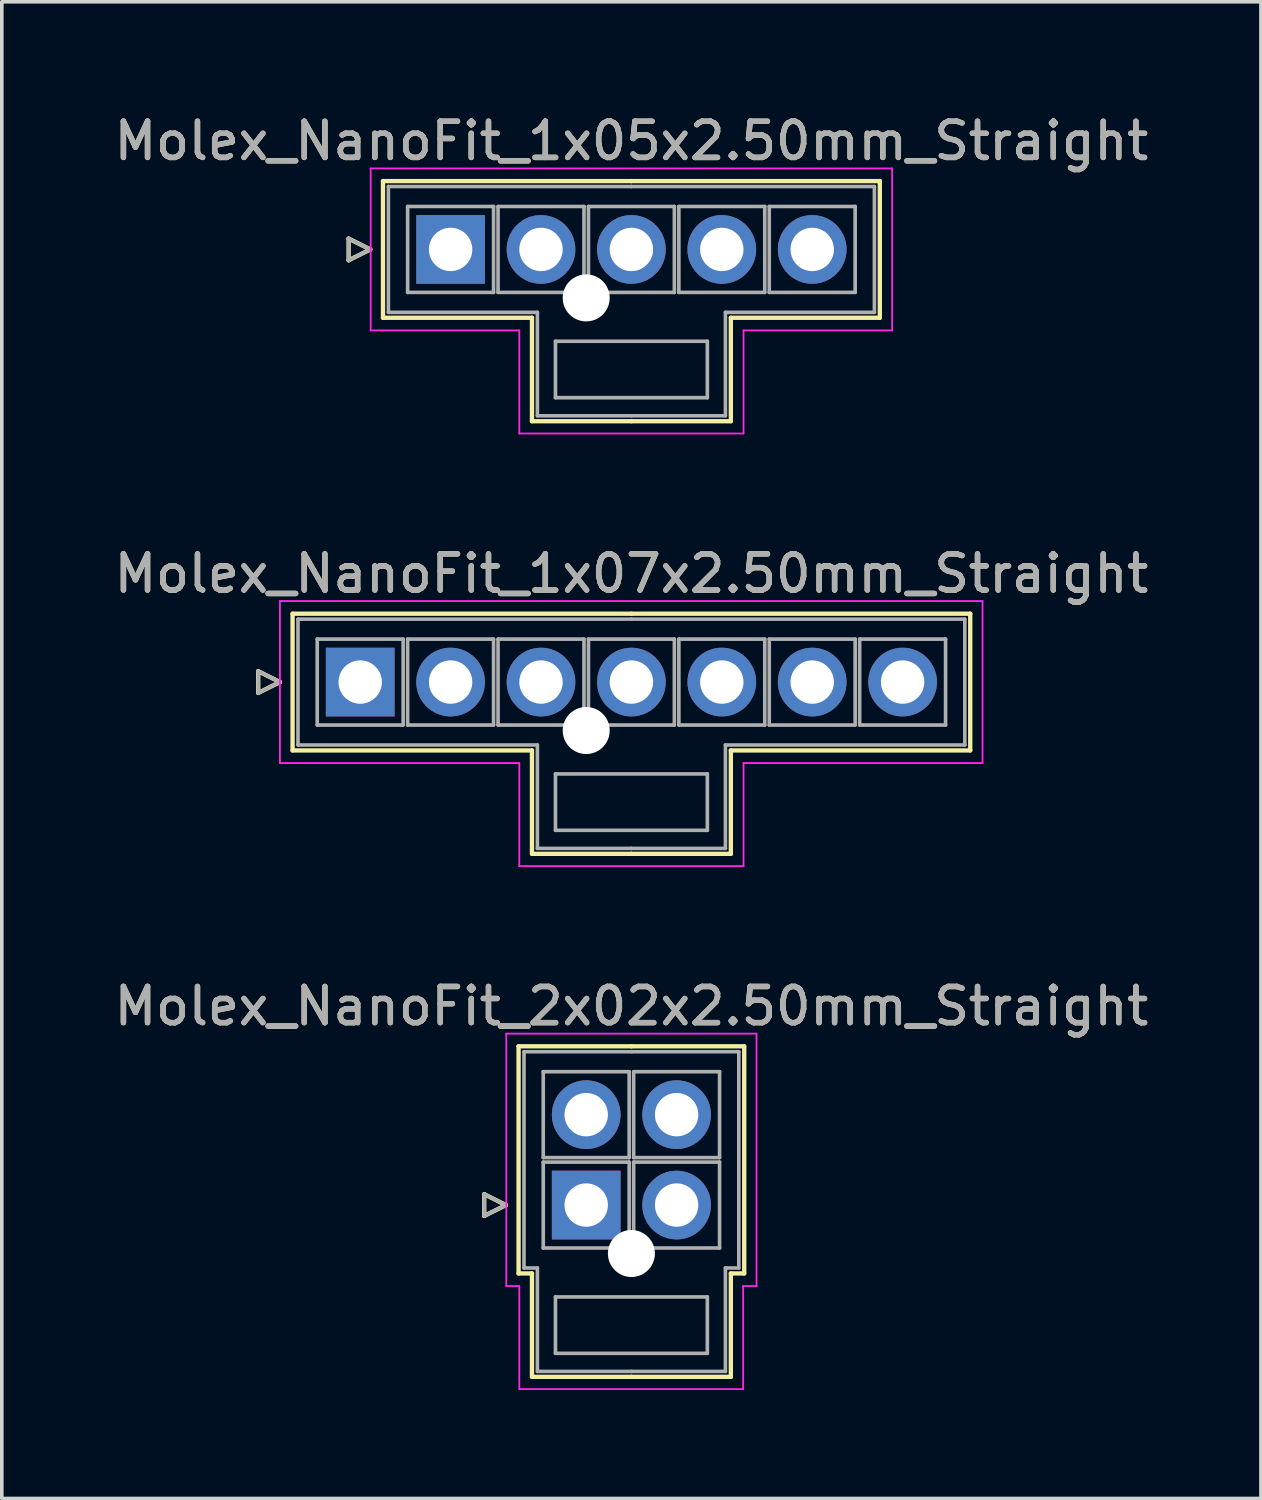
<source format=kicad_pcb>
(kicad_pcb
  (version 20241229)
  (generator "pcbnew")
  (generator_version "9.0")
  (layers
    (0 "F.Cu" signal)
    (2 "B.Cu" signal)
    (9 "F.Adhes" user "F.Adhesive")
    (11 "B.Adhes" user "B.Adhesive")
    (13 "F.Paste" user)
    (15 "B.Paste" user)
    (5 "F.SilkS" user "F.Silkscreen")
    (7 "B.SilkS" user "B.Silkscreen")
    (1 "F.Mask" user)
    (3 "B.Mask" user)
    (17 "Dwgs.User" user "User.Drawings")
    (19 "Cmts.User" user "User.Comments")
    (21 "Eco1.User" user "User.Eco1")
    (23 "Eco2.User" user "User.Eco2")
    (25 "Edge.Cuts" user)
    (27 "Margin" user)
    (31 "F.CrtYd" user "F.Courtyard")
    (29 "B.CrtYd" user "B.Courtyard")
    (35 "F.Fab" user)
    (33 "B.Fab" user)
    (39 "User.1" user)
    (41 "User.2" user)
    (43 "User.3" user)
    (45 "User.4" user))
  (footprint "Molex_NanoFit_1x05x2.50mm_Straight"
    (layer "F.Cu")
    (at 9.411 3.848)
    (property "Reference" "Molex_NanoFit_1x05x2.50mm_Straight" (at 5 -3 0) (layer "F.SilkS") (effects (font (size 1 1) (thickness 0.15))))
    (attr through_hole)
    (fp_line (start -2.82 -0.3) (end -2.22 0) (stroke (width 0.12) (type solid)) (layer "F.SilkS"))
    (fp_line (start -2.82 0.3) (end -2.82 -0.3) (stroke (width 0.12) (type solid)) (layer "F.SilkS"))
    (fp_line (start -2.22 0) (end -2.82 0.3) (stroke (width 0.12) (type solid)) (layer "F.SilkS"))
    (fp_line (start -1.87 -1.89) (end -1.87 1.89) (stroke (width 0.12) (type solid)) (layer "F.SilkS"))
    (fp_line (start -1.87 1.89) (end 2.25 1.89) (stroke (width 0.12) (type solid)) (layer "F.SilkS"))
    (fp_line (start 2.25 1.89) (end 2.25 4.75) (stroke (width 0.12) (type solid)) (layer "F.SilkS"))
    (fp_line (start 2.25 4.75) (end 5 4.75) (stroke (width 0.12) (type solid)) (layer "F.SilkS"))
    (fp_line (start 5 -1.89) (end -1.87 -1.89) (stroke (width 0.12) (type solid)) (layer "F.SilkS"))
    (fp_line (start 5 -1.89) (end 11.87 -1.89) (stroke (width 0.12) (type solid)) (layer "F.SilkS"))
    (fp_line (start 7.75 1.89) (end 7.75 4.75) (stroke (width 0.12) (type solid)) (layer "F.SilkS"))
    (fp_line (start 7.75 4.75) (end 5 4.75) (stroke (width 0.12) (type solid)) (layer "F.SilkS"))
    (fp_line (start 11.87 -1.89) (end 11.87 1.89) (stroke (width 0.12) (type solid)) (layer "F.SilkS"))
    (fp_line (start 11.87 1.89) (end 7.75 1.89) (stroke (width 0.12) (type solid)) (layer "F.SilkS"))
    (fp_line (start -2.21 -2.24) (end -2.21 2.24) (stroke (width 0.05) (type solid)) (layer "F.CrtYd"))
    (fp_line (start -2.21 2.24) (end 1.9 2.24) (stroke (width 0.05) (type solid)) (layer "F.CrtYd"))
    (fp_line (start 1.9 2.24) (end 1.9 5.09) (stroke (width 0.05) (type solid)) (layer "F.CrtYd"))
    (fp_line (start 1.9 5.09) (end 8.1 5.09) (stroke (width 0.05) (type solid)) (layer "F.CrtYd"))
    (fp_line (start 8.1 2.24) (end 12.21 2.24) (stroke (width 0.05) (type solid)) (layer "F.CrtYd"))
    (fp_line (start 8.1 5.09) (end 8.1 2.24) (stroke (width 0.05) (type solid)) (layer "F.CrtYd"))
    (fp_line (start 12.21 -2.24) (end -2.21 -2.24) (stroke (width 0.05) (type solid)) (layer "F.CrtYd"))
    (fp_line (start 12.21 2.24) (end 12.21 -2.24) (stroke (width 0.05) (type solid)) (layer "F.CrtYd"))
    (fp_line (start -2.82 -0.3) (end -2.22 0) (stroke (width 0.1) (type solid)) (layer "F.Fab"))
    (fp_line (start -2.82 0.3) (end -2.82 -0.3) (stroke (width 0.1) (type solid)) (layer "F.Fab"))
    (fp_line (start -2.22 0) (end -2.82 0.3) (stroke (width 0.1) (type solid)) (layer "F.Fab"))
    (fp_line (start -1.72 -1.74) (end -1.72 1.74) (stroke (width 0.1) (type solid)) (layer "F.Fab"))
    (fp_line (start -1.72 1.74) (end 2.4 1.74) (stroke (width 0.1) (type solid)) (layer "F.Fab"))
    (fp_line (start -1.188 -1.188) (end -1.188 1.188) (stroke (width 0.1) (type solid)) (layer "F.Fab"))
    (fp_line (start -1.188 1.188) (end 1.188 1.188) (stroke (width 0.1) (type solid)) (layer "F.Fab"))
    (fp_line (start 1.188 -1.188) (end -1.188 -1.188) (stroke (width 0.1) (type solid)) (layer "F.Fab"))
    (fp_line (start 1.188 1.188) (end 1.188 -1.188) (stroke (width 0.1) (type solid)) (layer "F.Fab"))
    (fp_line (start 1.312 -1.188) (end 1.312 1.188) (stroke (width 0.1) (type solid)) (layer "F.Fab"))
    (fp_line (start 1.312 1.188) (end 3.688 1.188) (stroke (width 0.1) (type solid)) (layer "F.Fab"))
    (fp_line (start 2.4 1.74) (end 2.4 4.6) (stroke (width 0.1) (type solid)) (layer "F.Fab"))
    (fp_line (start 2.4 4.6) (end 5 4.6) (stroke (width 0.1) (type solid)) (layer "F.Fab"))
    (fp_line (start 2.9 2.54) (end 2.9 4.1) (stroke (width 0.1) (type solid)) (layer "F.Fab"))
    (fp_line (start 2.9 4.1) (end 7.1 4.1) (stroke (width 0.1) (type solid)) (layer "F.Fab"))
    (fp_line (start 3.688 -1.188) (end 1.312 -1.188) (stroke (width 0.1) (type solid)) (layer "F.Fab"))
    (fp_line (start 3.688 1.188) (end 3.688 -1.188) (stroke (width 0.1) (type solid)) (layer "F.Fab"))
    (fp_line (start 3.812 -1.188) (end 3.812 1.188) (stroke (width 0.1) (type solid)) (layer "F.Fab"))
    (fp_line (start 3.812 1.188) (end 6.188 1.188) (stroke (width 0.1) (type solid)) (layer "F.Fab"))
    (fp_line (start 5 -1.74) (end -1.72 -1.74) (stroke (width 0.1) (type solid)) (layer "F.Fab"))
    (fp_line (start 5 -1.74) (end 11.72 -1.74) (stroke (width 0.1) (type solid)) (layer "F.Fab"))
    (fp_line (start 6.188 -1.188) (end 3.812 -1.188) (stroke (width 0.1) (type solid)) (layer "F.Fab"))
    (fp_line (start 6.188 1.188) (end 6.188 -1.188) (stroke (width 0.1) (type solid)) (layer "F.Fab"))
    (fp_line (start 6.312 -1.188) (end 6.312 1.188) (stroke (width 0.1) (type solid)) (layer "F.Fab"))
    (fp_line (start 6.312 1.188) (end 8.688 1.188) (stroke (width 0.1) (type solid)) (layer "F.Fab"))
    (fp_line (start 7.1 2.54) (end 2.9 2.54) (stroke (width 0.1) (type solid)) (layer "F.Fab"))
    (fp_line (start 7.1 4.1) (end 7.1 2.54) (stroke (width 0.1) (type solid)) (layer "F.Fab"))
    (fp_line (start 7.6 1.74) (end 7.6 4.6) (stroke (width 0.1) (type solid)) (layer "F.Fab"))
    (fp_line (start 7.6 4.6) (end 5 4.6) (stroke (width 0.1) (type solid)) (layer "F.Fab"))
    (fp_line (start 8.688 -1.188) (end 6.312 -1.188) (stroke (width 0.1) (type solid)) (layer "F.Fab"))
    (fp_line (start 8.688 1.188) (end 8.688 -1.188) (stroke (width 0.1) (type solid)) (layer "F.Fab"))
    (fp_line (start 8.812 -1.188) (end 8.812 1.188) (stroke (width 0.1) (type solid)) (layer "F.Fab"))
    (fp_line (start 8.812 1.188) (end 11.188 1.188) (stroke (width 0.1) (type solid)) (layer "F.Fab"))
    (fp_line (start 11.188 -1.188) (end 8.812 -1.188) (stroke (width 0.1) (type solid)) (layer "F.Fab"))
    (fp_line (start 11.188 1.188) (end 11.188 -1.188) (stroke (width 0.1) (type solid)) (layer "F.Fab"))
    (fp_line (start 11.72 -1.74) (end 11.72 1.74) (stroke (width 0.1) (type solid)) (layer "F.Fab"))
    (fp_line (start 11.72 1.74) (end 7.6 1.74) (stroke (width 0.1) (type solid)) (layer "F.Fab"))
    (fp_text user "${REFERENCE}" (at 5 -3 0) (layer "F.Fab") (effects (font (size 1 1) (thickness 0.15))))
    (pad "" np_thru_hole circle (at 3.75 1.34) (size 1.3 1.3) (drill 1.3) (layers "*.Cu" "*.Mask"))
    (pad "1" thru_hole rect (at 0 0) (size 1.9 1.9) (drill 1.2) (layers "*.Cu" "*.Mask"))
    (pad "2" thru_hole circle (at 2.5 0) (size 1.9 1.9) (drill 1.2) (layers "*.Cu" "*.Mask"))
    (pad "3" thru_hole circle (at 5 0) (size 1.9 1.9) (drill 1.2) (layers "*.Cu" "*.Mask"))
    (pad "4" thru_hole circle (at 7.5 0) (size 1.9 1.9) (drill 1.2) (layers "*.Cu" "*.Mask"))
    (pad "5" thru_hole circle (at 10 0) (size 1.9 1.9) (drill 1.2) (layers "*.Cu" "*.Mask")))
  (footprint "Molex_NanoFit_1x07x2.50mm_Straight"
    (layer "F.Cu")
    (at 6.911 15.812)
    (property "Reference" "Molex_NanoFit_1x07x2.50mm_Straight" (at 7.5 -3 0) (layer "F.SilkS") (effects (font (size 1 1) (thickness 0.15))))
    (attr through_hole)
    (fp_line (start -2.82 -0.3) (end -2.22 0) (stroke (width 0.12) (type solid)) (layer "F.SilkS"))
    (fp_line (start -2.82 0.3) (end -2.82 -0.3) (stroke (width 0.12) (type solid)) (layer "F.SilkS"))
    (fp_line (start -2.22 0) (end -2.82 0.3) (stroke (width 0.12) (type solid)) (layer "F.SilkS"))
    (fp_line (start -1.87 -1.89) (end -1.87 1.89) (stroke (width 0.12) (type solid)) (layer "F.SilkS"))
    (fp_line (start -1.87 1.89) (end 4.75 1.89) (stroke (width 0.12) (type solid)) (layer "F.SilkS"))
    (fp_line (start 4.75 1.89) (end 4.75 4.75) (stroke (width 0.12) (type solid)) (layer "F.SilkS"))
    (fp_line (start 4.75 4.75) (end 7.5 4.75) (stroke (width 0.12) (type solid)) (layer "F.SilkS"))
    (fp_line (start 7.5 -1.89) (end -1.87 -1.89) (stroke (width 0.12) (type solid)) (layer "F.SilkS"))
    (fp_line (start 7.5 -1.89) (end 16.87 -1.89) (stroke (width 0.12) (type solid)) (layer "F.SilkS"))
    (fp_line (start 10.25 1.89) (end 10.25 4.75) (stroke (width 0.12) (type solid)) (layer "F.SilkS"))
    (fp_line (start 10.25 4.75) (end 7.5 4.75) (stroke (width 0.12) (type solid)) (layer "F.SilkS"))
    (fp_line (start 16.87 -1.89) (end 16.87 1.89) (stroke (width 0.12) (type solid)) (layer "F.SilkS"))
    (fp_line (start 16.87 1.89) (end 10.25 1.89) (stroke (width 0.12) (type solid)) (layer "F.SilkS"))
    (fp_line (start -2.22 -2.24) (end -2.22 2.24) (stroke (width 0.05) (type solid)) (layer "F.CrtYd"))
    (fp_line (start -2.22 2.24) (end 4.4 2.24) (stroke (width 0.05) (type solid)) (layer "F.CrtYd"))
    (fp_line (start 4.4 2.24) (end 4.4 5.09) (stroke (width 0.05) (type solid)) (layer "F.CrtYd"))
    (fp_line (start 4.4 5.09) (end 10.6 5.09) (stroke (width 0.05) (type solid)) (layer "F.CrtYd"))
    (fp_line (start 10.6 2.24) (end 17.21 2.24) (stroke (width 0.05) (type solid)) (layer "F.CrtYd"))
    (fp_line (start 10.6 5.09) (end 10.6 2.24) (stroke (width 0.05) (type solid)) (layer "F.CrtYd"))
    (fp_line (start 17.21 -2.24) (end -2.22 -2.24) (stroke (width 0.05) (type solid)) (layer "F.CrtYd"))
    (fp_line (start 17.21 2.24) (end 17.21 -2.24) (stroke (width 0.05) (type solid)) (layer "F.CrtYd"))
    (fp_line (start -2.82 -0.3) (end -2.22 0) (stroke (width 0.1) (type solid)) (layer "F.Fab"))
    (fp_line (start -2.82 0.3) (end -2.82 -0.3) (stroke (width 0.1) (type solid)) (layer "F.Fab"))
    (fp_line (start -2.22 0) (end -2.82 0.3) (stroke (width 0.1) (type solid)) (layer "F.Fab"))
    (fp_line (start -1.72 -1.74) (end -1.72 1.74) (stroke (width 0.1) (type solid)) (layer "F.Fab"))
    (fp_line (start -1.72 1.74) (end 4.9 1.74) (stroke (width 0.1) (type solid)) (layer "F.Fab"))
    (fp_line (start -1.188 -1.188) (end -1.188 1.188) (stroke (width 0.1) (type solid)) (layer "F.Fab"))
    (fp_line (start -1.188 1.188) (end 1.188 1.188) (stroke (width 0.1) (type solid)) (layer "F.Fab"))
    (fp_line (start 1.188 -1.188) (end -1.188 -1.188) (stroke (width 0.1) (type solid)) (layer "F.Fab"))
    (fp_line (start 1.188 1.188) (end 1.188 -1.188) (stroke (width 0.1) (type solid)) (layer "F.Fab"))
    (fp_line (start 1.312 -1.188) (end 1.312 1.188) (stroke (width 0.1) (type solid)) (layer "F.Fab"))
    (fp_line (start 1.312 1.188) (end 3.688 1.188) (stroke (width 0.1) (type solid)) (layer "F.Fab"))
    (fp_line (start 3.688 -1.188) (end 1.312 -1.188) (stroke (width 0.1) (type solid)) (layer "F.Fab"))
    (fp_line (start 3.688 1.188) (end 3.688 -1.188) (stroke (width 0.1) (type solid)) (layer "F.Fab"))
    (fp_line (start 3.812 -1.188) (end 3.812 1.188) (stroke (width 0.1) (type solid)) (layer "F.Fab"))
    (fp_line (start 3.812 1.188) (end 6.188 1.188) (stroke (width 0.1) (type solid)) (layer "F.Fab"))
    (fp_line (start 4.9 1.74) (end 4.9 4.6) (stroke (width 0.1) (type solid)) (layer "F.Fab"))
    (fp_line (start 4.9 4.6) (end 7.5 4.6) (stroke (width 0.1) (type solid)) (layer "F.Fab"))
    (fp_line (start 5.4 2.54) (end 5.4 4.1) (stroke (width 0.1) (type solid)) (layer "F.Fab"))
    (fp_line (start 5.4 4.1) (end 9.6 4.1) (stroke (width 0.1) (type solid)) (layer "F.Fab"))
    (fp_line (start 6.188 -1.188) (end 3.812 -1.188) (stroke (width 0.1) (type solid)) (layer "F.Fab"))
    (fp_line (start 6.188 1.188) (end 6.188 -1.188) (stroke (width 0.1) (type solid)) (layer "F.Fab"))
    (fp_line (start 6.312 -1.188) (end 6.312 1.188) (stroke (width 0.1) (type solid)) (layer "F.Fab"))
    (fp_line (start 6.312 1.188) (end 8.688 1.188) (stroke (width 0.1) (type solid)) (layer "F.Fab"))
    (fp_line (start 7.5 -1.74) (end -1.72 -1.74) (stroke (width 0.1) (type solid)) (layer "F.Fab"))
    (fp_line (start 7.5 -1.74) (end 16.72 -1.74) (stroke (width 0.1) (type solid)) (layer "F.Fab"))
    (fp_line (start 8.688 -1.188) (end 6.312 -1.188) (stroke (width 0.1) (type solid)) (layer "F.Fab"))
    (fp_line (start 8.688 1.188) (end 8.688 -1.188) (stroke (width 0.1) (type solid)) (layer "F.Fab"))
    (fp_line (start 8.812 -1.188) (end 8.812 1.188) (stroke (width 0.1) (type solid)) (layer "F.Fab"))
    (fp_line (start 8.812 1.188) (end 11.188 1.188) (stroke (width 0.1) (type solid)) (layer "F.Fab"))
    (fp_line (start 9.6 2.54) (end 5.4 2.54) (stroke (width 0.1) (type solid)) (layer "F.Fab"))
    (fp_line (start 9.6 4.1) (end 9.6 2.54) (stroke (width 0.1) (type solid)) (layer "F.Fab"))
    (fp_line (start 10.1 1.74) (end 10.1 4.6) (stroke (width 0.1) (type solid)) (layer "F.Fab"))
    (fp_line (start 10.1 4.6) (end 7.5 4.6) (stroke (width 0.1) (type solid)) (layer "F.Fab"))
    (fp_line (start 11.188 -1.188) (end 8.812 -1.188) (stroke (width 0.1) (type solid)) (layer "F.Fab"))
    (fp_line (start 11.188 1.188) (end 11.188 -1.188) (stroke (width 0.1) (type solid)) (layer "F.Fab"))
    (fp_line (start 11.312 -1.188) (end 11.312 1.188) (stroke (width 0.1) (type solid)) (layer "F.Fab"))
    (fp_line (start 11.312 1.188) (end 13.688 1.188) (stroke (width 0.1) (type solid)) (layer "F.Fab"))
    (fp_line (start 13.688 -1.188) (end 11.312 -1.188) (stroke (width 0.1) (type solid)) (layer "F.Fab"))
    (fp_line (start 13.688 1.188) (end 13.688 -1.188) (stroke (width 0.1) (type solid)) (layer "F.Fab"))
    (fp_line (start 13.812 -1.188) (end 13.812 1.188) (stroke (width 0.1) (type solid)) (layer "F.Fab"))
    (fp_line (start 13.812 1.188) (end 16.188 1.188) (stroke (width 0.1) (type solid)) (layer "F.Fab"))
    (fp_line (start 16.188 -1.188) (end 13.812 -1.188) (stroke (width 0.1) (type solid)) (layer "F.Fab"))
    (fp_line (start 16.188 1.188) (end 16.188 -1.188) (stroke (width 0.1) (type solid)) (layer "F.Fab"))
    (fp_line (start 16.72 -1.74) (end 16.72 1.74) (stroke (width 0.1) (type solid)) (layer "F.Fab"))
    (fp_line (start 16.72 1.74) (end 10.1 1.74) (stroke (width 0.1) (type solid)) (layer "F.Fab"))
    (fp_text user "${REFERENCE}" (at 7.5 -3 0) (layer "F.Fab") (effects (font (size 1 1) (thickness 0.15))))
    (pad "" np_thru_hole circle (at 6.25 1.34) (size 1.3 1.3) (drill 1.3) (layers "*.Cu" "*.Mask"))
    (pad "1" thru_hole rect (at 0 0) (size 1.9 1.9) (drill 1.2) (layers "*.Cu" "*.Mask"))
    (pad "2" thru_hole circle (at 2.5 0) (size 1.9 1.9) (drill 1.2) (layers "*.Cu" "*.Mask"))
    (pad "3" thru_hole circle (at 5 0) (size 1.9 1.9) (drill 1.2) (layers "*.Cu" "*.Mask"))
    (pad "4" thru_hole circle (at 7.5 0) (size 1.9 1.9) (drill 1.2) (layers "*.Cu" "*.Mask"))
    (pad "5" thru_hole circle (at 10 0) (size 1.9 1.9) (drill 1.2) (layers "*.Cu" "*.Mask"))
    (pad "6" thru_hole circle (at 12.5 0) (size 1.9 1.9) (drill 1.2) (layers "*.Cu" "*.Mask"))
    (pad "7" thru_hole circle (at 15 0) (size 1.9 1.9) (drill 1.2) (layers "*.Cu" "*.Mask")))
  (footprint "Molex_NanoFit_2x02x2.50mm_Straight"
    (layer "F.Cu")
    (at 13.161 30.275)
    (property "Reference" "Molex_NanoFit_2x02x2.50mm_Straight" (at 1.25 -5.5 0) (layer "F.SilkS") (effects (font (size 1 1) (thickness 0.15))))
    (attr through_hole)
    (fp_line (start -2.82 -0.3) (end -2.22 0) (stroke (width 0.12) (type solid)) (layer "F.SilkS"))
    (fp_line (start -2.82 0.3) (end -2.82 -0.3) (stroke (width 0.12) (type solid)) (layer "F.SilkS"))
    (fp_line (start -2.22 0) (end -2.82 0.3) (stroke (width 0.12) (type solid)) (layer "F.SilkS"))
    (fp_line (start -1.87 -4.39) (end -1.87 1.89) (stroke (width 0.12) (type solid)) (layer "F.SilkS"))
    (fp_line (start -1.87 1.89) (end -1.5 1.89) (stroke (width 0.12) (type solid)) (layer "F.SilkS"))
    (fp_line (start -1.5 1.89) (end -1.5 4.75) (stroke (width 0.12) (type solid)) (layer "F.SilkS"))
    (fp_line (start -1.5 4.75) (end 1.25 4.75) (stroke (width 0.12) (type solid)) (layer "F.SilkS"))
    (fp_line (start 1.25 -4.39) (end -1.87 -4.39) (stroke (width 0.12) (type solid)) (layer "F.SilkS"))
    (fp_line (start 1.25 -4.39) (end 4.37 -4.39) (stroke (width 0.12) (type solid)) (layer "F.SilkS"))
    (fp_line (start 4 1.89) (end 4 4.75) (stroke (width 0.12) (type solid)) (layer "F.SilkS"))
    (fp_line (start 4 4.75) (end 1.25 4.75) (stroke (width 0.12) (type solid)) (layer "F.SilkS"))
    (fp_line (start 4.37 -4.39) (end 4.37 1.89) (stroke (width 0.12) (type solid)) (layer "F.SilkS"))
    (fp_line (start 4.37 1.89) (end 4 1.89) (stroke (width 0.12) (type solid)) (layer "F.SilkS"))
    (fp_line (start -2.21 -4.74) (end -2.21 2.24) (stroke (width 0.05) (type solid)) (layer "F.CrtYd"))
    (fp_line (start -2.21 2.24) (end -1.85 2.24) (stroke (width 0.05) (type solid)) (layer "F.CrtYd"))
    (fp_line (start -1.85 2.24) (end -1.85 5.09) (stroke (width 0.05) (type solid)) (layer "F.CrtYd"))
    (fp_line (start -1.85 5.09) (end 4.34 5.09) (stroke (width 0.05) (type solid)) (layer "F.CrtYd"))
    (fp_line (start 4.34 2.24) (end 4.71 2.24) (stroke (width 0.05) (type solid)) (layer "F.CrtYd"))
    (fp_line (start 4.34 5.09) (end 4.34 2.24) (stroke (width 0.05) (type solid)) (layer "F.CrtYd"))
    (fp_line (start 4.71 -4.74) (end -2.21 -4.74) (stroke (width 0.05) (type solid)) (layer "F.CrtYd"))
    (fp_line (start 4.71 2.24) (end 4.71 -4.74) (stroke (width 0.05) (type solid)) (layer "F.CrtYd"))
    (fp_line (start -2.82 -0.3) (end -2.22 0) (stroke (width 0.1) (type solid)) (layer "F.Fab"))
    (fp_line (start -2.82 0.3) (end -2.82 -0.3) (stroke (width 0.1) (type solid)) (layer "F.Fab"))
    (fp_line (start -2.22 0) (end -2.82 0.3) (stroke (width 0.1) (type solid)) (layer "F.Fab"))
    (fp_line (start -1.72 -4.24) (end -1.72 1.74) (stroke (width 0.1) (type solid)) (layer "F.Fab"))
    (fp_line (start -1.72 1.74) (end -1.35 1.74) (stroke (width 0.1) (type solid)) (layer "F.Fab"))
    (fp_line (start -1.35 1.74) (end -1.35 4.6) (stroke (width 0.1) (type solid)) (layer "F.Fab"))
    (fp_line (start -1.35 4.6) (end 1.25 4.6) (stroke (width 0.1) (type solid)) (layer "F.Fab"))
    (fp_line (start -1.188 -3.688) (end -1.188 -1.312) (stroke (width 0.1) (type solid)) (layer "F.Fab"))
    (fp_line (start -1.188 -1.312) (end 1.188 -1.312) (stroke (width 0.1) (type solid)) (layer "F.Fab"))
    (fp_line (start -1.188 -1.188) (end -1.188 1.188) (stroke (width 0.1) (type solid)) (layer "F.Fab"))
    (fp_line (start -1.188 1.188) (end 1.188 1.188) (stroke (width 0.1) (type solid)) (layer "F.Fab"))
    (fp_line (start -0.85 2.54) (end -0.85 4.1) (stroke (width 0.1) (type solid)) (layer "F.Fab"))
    (fp_line (start -0.85 4.1) (end 3.35 4.1) (stroke (width 0.1) (type solid)) (layer "F.Fab"))
    (fp_line (start 1.188 -3.688) (end -1.188 -3.688) (stroke (width 0.1) (type solid)) (layer "F.Fab"))
    (fp_line (start 1.188 -1.312) (end 1.188 -3.688) (stroke (width 0.1) (type solid)) (layer "F.Fab"))
    (fp_line (start 1.188 -1.188) (end -1.188 -1.188) (stroke (width 0.1) (type solid)) (layer "F.Fab"))
    (fp_line (start 1.188 1.188) (end 1.188 -1.188) (stroke (width 0.1) (type solid)) (layer "F.Fab"))
    (fp_line (start 1.25 -4.24) (end -1.72 -4.24) (stroke (width 0.1) (type solid)) (layer "F.Fab"))
    (fp_line (start 1.25 -4.24) (end 4.22 -4.24) (stroke (width 0.1) (type solid)) (layer "F.Fab"))
    (fp_line (start 1.312 -3.688) (end 1.312 -1.312) (stroke (width 0.1) (type solid)) (layer "F.Fab"))
    (fp_line (start 1.312 -1.312) (end 3.688 -1.312) (stroke (width 0.1) (type solid)) (layer "F.Fab"))
    (fp_line (start 1.312 -1.188) (end 1.312 1.188) (stroke (width 0.1) (type solid)) (layer "F.Fab"))
    (fp_line (start 1.312 1.188) (end 3.688 1.188) (stroke (width 0.1) (type solid)) (layer "F.Fab"))
    (fp_line (start 3.35 2.54) (end -0.85 2.54) (stroke (width 0.1) (type solid)) (layer "F.Fab"))
    (fp_line (start 3.35 4.1) (end 3.35 2.54) (stroke (width 0.1) (type solid)) (layer "F.Fab"))
    (fp_line (start 3.688 -3.688) (end 1.312 -3.688) (stroke (width 0.1) (type solid)) (layer "F.Fab"))
    (fp_line (start 3.688 -1.312) (end 3.688 -3.688) (stroke (width 0.1) (type solid)) (layer "F.Fab"))
    (fp_line (start 3.688 -1.188) (end 1.312 -1.188) (stroke (width 0.1) (type solid)) (layer "F.Fab"))
    (fp_line (start 3.688 1.188) (end 3.688 -1.188) (stroke (width 0.1) (type solid)) (layer "F.Fab"))
    (fp_line (start 3.85 1.74) (end 3.85 4.6) (stroke (width 0.1) (type solid)) (layer "F.Fab"))
    (fp_line (start 3.85 4.6) (end 1.25 4.6) (stroke (width 0.1) (type solid)) (layer "F.Fab"))
    (fp_line (start 4.22 -4.24) (end 4.22 1.74) (stroke (width 0.1) (type solid)) (layer "F.Fab"))
    (fp_line (start 4.22 1.74) (end 3.85 1.74) (stroke (width 0.1) (type solid)) (layer "F.Fab"))
    (fp_text user "${REFERENCE}" (at 1.25 -5.5 0) (layer "F.Fab") (effects (font (size 1 1) (thickness 0.15))))
    (pad "" np_thru_hole circle (at 1.25 1.34) (size 1.3 1.3) (drill 1.3) (layers "*.Cu" "*.Mask"))
    (pad "1" thru_hole rect (at 0 0) (size 1.9 1.9) (drill 1.2) (layers "*.Cu" "*.Mask"))
    (pad "2" thru_hole circle (at 2.5 0) (size 1.9 1.9) (drill 1.2) (layers "*.Cu" "*.Mask"))
    (pad "3" thru_hole circle (at 0 -2.5) (size 1.9 1.9) (drill 1.2) (layers "*.Cu" "*.Mask"))
    (pad "4" thru_hole circle (at 2.5 -2.5) (size 1.9 1.9) (drill 1.2) (layers "*.Cu" "*.Mask")))
  (gr_rect
    (start -3 -3)
    (end 31.821 38.39)
    (stroke (width 0.1) (type default))
    (fill no)
    (layer "Edge.Cuts")))
</source>
